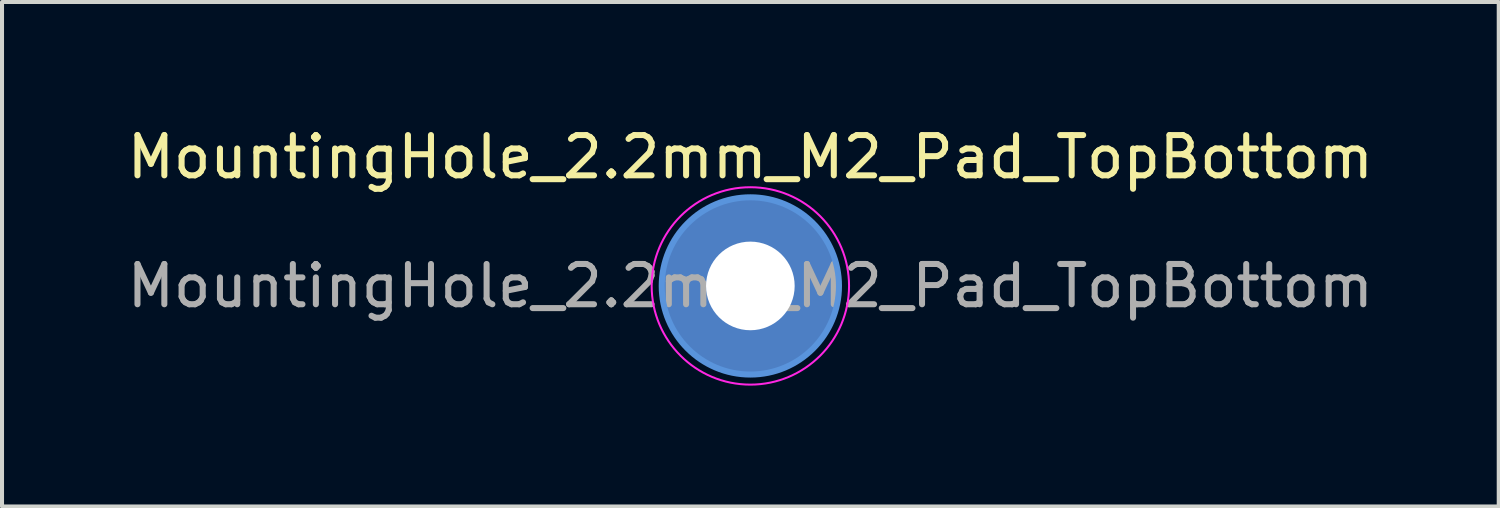
<source format=kicad_pcb>
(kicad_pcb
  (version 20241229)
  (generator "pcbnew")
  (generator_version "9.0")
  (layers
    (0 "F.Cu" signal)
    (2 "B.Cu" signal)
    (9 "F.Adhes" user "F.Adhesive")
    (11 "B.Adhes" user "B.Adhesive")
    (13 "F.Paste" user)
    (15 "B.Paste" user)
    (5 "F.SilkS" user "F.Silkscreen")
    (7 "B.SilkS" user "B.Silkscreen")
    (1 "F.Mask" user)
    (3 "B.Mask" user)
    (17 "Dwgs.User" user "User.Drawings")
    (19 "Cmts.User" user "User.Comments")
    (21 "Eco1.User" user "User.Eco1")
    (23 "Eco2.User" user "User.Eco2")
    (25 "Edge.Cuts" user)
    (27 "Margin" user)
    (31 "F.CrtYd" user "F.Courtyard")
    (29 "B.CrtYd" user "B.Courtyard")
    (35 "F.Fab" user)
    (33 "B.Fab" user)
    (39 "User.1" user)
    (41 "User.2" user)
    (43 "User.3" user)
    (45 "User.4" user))
  (footprint "MountingHole_2.2mm_M2_Pad_TopBottom"
    (layer "F.Cu")
    (at 15.577 4.048)
    (property "Reference" "MountingHole_2.2mm_M2_Pad_TopBottom" (at 0 -3.2 0) (layer "F.SilkS") (effects (font (size 1 1) (thickness 0.15))))
    (attr exclude_from_pos_files exclude_from_bom)
    (fp_circle (center 0 0) (end 2.2 0) (stroke (width 0.15) (type solid)) (fill no) (layer "Cmts.User"))
    (fp_circle (center 0 0) (end 2.45 0) (stroke (width 0.05) (type solid)) (fill no) (layer "F.CrtYd"))
    (fp_text user "${REFERENCE}" (at 0 0 0) (layer "F.Fab") (effects (font (size 1 1) (thickness 0.15))))
    (pad "1" thru_hole circle (at 0 0) (size 2.6 2.6) (drill 2.2) (layers "*.Cu" "*.Mask"))
    (pad "1" connect circle (at 0 0) (size 4.4 4.4) (layers "F.Cu" "F.Mask"))
    (pad "1" connect circle (at 0 0) (size 4.4 4.4) (layers "B.Cu" "B.Mask")))
  (gr_rect
    (start -3 -3)
    (end 34.155 9.523)
    (stroke (width 0.1) (type default))
    (fill no)
    (layer "Edge.Cuts")))
</source>
